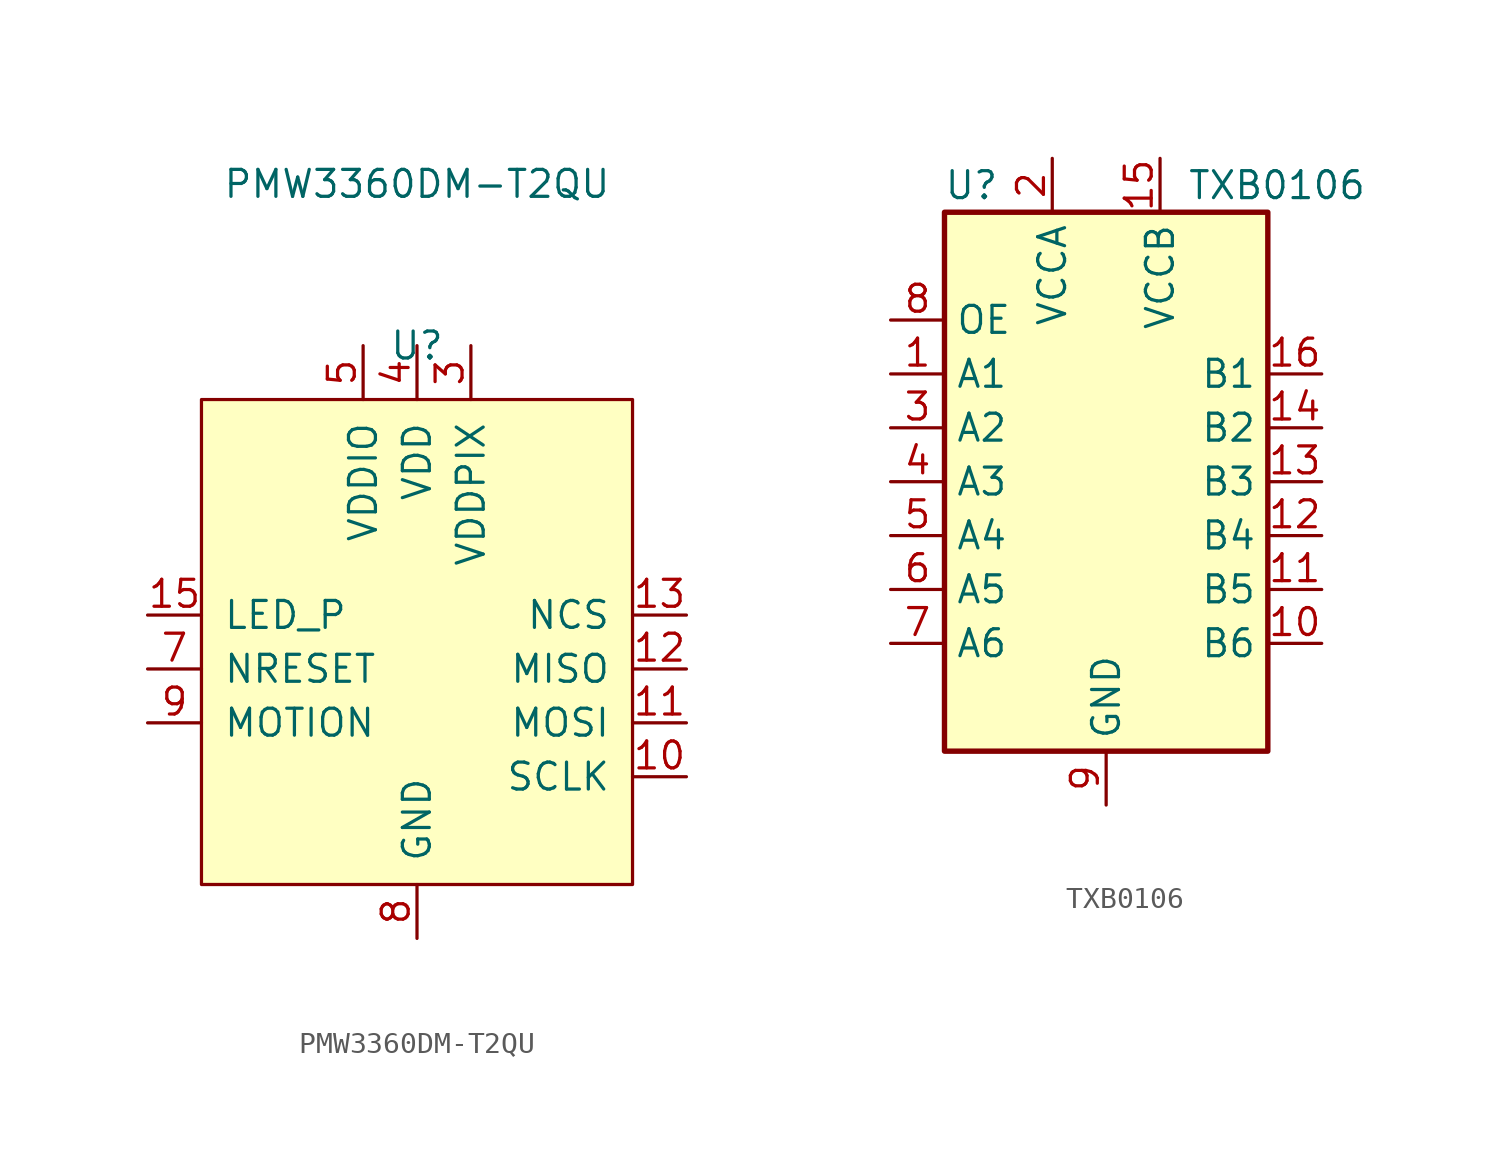
<source format=kicad_sym>
(kicad_symbol_lib
  (version 20211014)
  (generator kicad_symbol_editor)
  (symbol "PMW3360DM-T2QU"
    (pin_names
      (offset 1.016))
    (property "Reference" "U"
      (at 0 12.7 0)
      (effects (font (size 1.27 1.27))))
    (property "Value" "PMW3360DM-T2QU"
      (at 0 20.32 0)
      (effects (font (size 1.27 1.27))))
    (symbol "PMW3360DM-T2QU_0_1"
      (rectangle (start -10.16 10.16) (end 10.16 -12.7) (stroke (width 0) (type default) (color 0 0 0 0)) (fill (type background))))
    (symbol "PMW3360DM-T2QU_1_1"
      (pin no_connect line (at -12.7 7.62 0) (length 2.54) hide (name "NC" (effects (font (size 1.27 1.27)))) (number "1" (effects (font (size 1.27 1.27)))))
      (pin input line (at 12.7 -7.62 180) (length 2.54) (name "SCLK" (effects (font (size 1.27 1.27)))) (number "10" (effects (font (size 1.27 1.27)))))
      (pin input line (at 12.7 -5.08 180) (length 2.54) (name "MOSI" (effects (font (size 1.27 1.27)))) (number "11" (effects (font (size 1.27 1.27)))))
      (pin output line (at 12.7 -2.54 180) (length 2.54) (name "MISO" (effects (font (size 1.27 1.27)))) (number "12" (effects (font (size 1.27 1.27)))))
      (pin input line (at 12.7 0 180) (length 2.54) (name "NCS" (effects (font (size 1.27 1.27)))) (number "13" (effects (font (size 1.27 1.27)))))
      (pin no_connect line (at -12.7 7.62 0) (length 2.54) hide (name "NC" (effects (font (size 1.27 1.27)))) (number "14" (effects (font (size 1.27 1.27)))))
      (pin input line (at -12.7 0 0) (length 2.54) (name "LED_P" (effects (font (size 1.27 1.27)))) (number "15" (effects (font (size 1.27 1.27)))))
      (pin no_connect line (at -12.7 7.62 0) (length 2.54) hide (name "NC" (effects (font (size 1.27 1.27)))) (number "16" (effects (font (size 1.27 1.27)))))
      (pin no_connect line (at -12.7 7.62 0) (length 2.54) hide (name "NC" (effects (font (size 1.27 1.27)))) (number "2" (effects (font (size 1.27 1.27)))))
      (pin power_in line (at 2.54 12.7 270) (length 2.54) (name "VDDPIX" (effects (font (size 1.27 1.27)))) (number "3" (effects (font (size 1.27 1.27)))))
      (pin power_in line (at 0 12.7 270) (length 2.54) (name "VDD" (effects (font (size 1.27 1.27)))) (number "4" (effects (font (size 1.27 1.27)))))
      (pin power_in line (at -2.54 12.7 270) (length 2.54) (name "VDDIO" (effects (font (size 1.27 1.27)))) (number "5" (effects (font (size 1.27 1.27)))))
      (pin no_connect line (at -12.7 7.62 0) (length 2.54) hide (name "NC" (effects (font (size 1.27 1.27)))) (number "6" (effects (font (size 1.27 1.27)))))
      (pin input line (at -12.7 -2.54 0) (length 2.54) (name "NRESET" (effects (font (size 1.27 1.27)))) (number "7" (effects (font (size 1.27 1.27)))))
      (pin power_in line (at 0 -15.24 90) (length 2.54) (name "GND" (effects (font (size 1.27 1.27)))) (number "8" (effects (font (size 1.27 1.27)))))
      (pin output line (at -12.7 -5.08 0) (length 2.54) (name "MOTION" (effects (font (size 1.27 1.27)))) (number "9" (effects (font (size 1.27 1.27)))))))
  (symbol "TXB0106"
    (property "Reference" "U"
      (at -6.35 16.51 0)
      (effects (font (size 1.27 1.27))))
    (property "Value" "TXB0106"
      (at 3.81 16.51 0)
      (effects (font (size 1.27 1.27)) (justify left)))
    (symbol "TXB0106_0_1"
      (rectangle (start -7.62 15.24) (end 7.62 -10.16) (stroke (width 0.254) (type default) (color 0 0 0 0)) (fill (type background))))
    (symbol "TXB0106_1_1"
      (pin bidirectional line (at -10.16 7.62 0) (length 2.54) (name "A1" (effects (font (size 1.27 1.27)))) (number "1" (effects (font (size 1.27 1.27)))))
      (pin bidirectional line (at 10.16 -5.08 180) (length 2.54) (name "B6" (effects (font (size 1.27 1.27)))) (number "10" (effects (font (size 1.27 1.27)))))
      (pin bidirectional line (at 10.16 -2.54 180) (length 2.54) (name "B5" (effects (font (size 1.27 1.27)))) (number "11" (effects (font (size 1.27 1.27)))))
      (pin bidirectional line (at 10.16 0 180) (length 2.54) (name "B4" (effects (font (size 1.27 1.27)))) (number "12" (effects (font (size 1.27 1.27)))))
      (pin bidirectional line (at 10.16 2.54 180) (length 2.54) (name "B3" (effects (font (size 1.27 1.27)))) (number "13" (effects (font (size 1.27 1.27)))))
      (pin bidirectional line (at 10.16 5.08 180) (length 2.54) (name "B2" (effects (font (size 1.27 1.27)))) (number "14" (effects (font (size 1.27 1.27)))))
      (pin power_in line (at 2.54 17.78 270) (length 2.54) (name "VCCB" (effects (font (size 1.27 1.27)))) (number "15" (effects (font (size 1.27 1.27)))))
      (pin bidirectional line (at 10.16 7.62 180) (length 2.54) (name "B1" (effects (font (size 1.27 1.27)))) (number "16" (effects (font (size 1.27 1.27)))))
      (pin power_in line (at -2.54 17.78 270) (length 2.54) (name "VCCA" (effects (font (size 1.27 1.27)))) (number "2" (effects (font (size 1.27 1.27)))))
      (pin bidirectional line (at -10.16 5.08 0) (length 2.54) (name "A2" (effects (font (size 1.27 1.27)))) (number "3" (effects (font (size 1.27 1.27)))))
      (pin bidirectional line (at -10.16 2.54 0) (length 2.54) (name "A3" (effects (font (size 1.27 1.27)))) (number "4" (effects (font (size 1.27 1.27)))))
      (pin bidirectional line (at -10.16 0 0) (length 2.54) (name "A4" (effects (font (size 1.27 1.27)))) (number "5" (effects (font (size 1.27 1.27)))))
      (pin bidirectional line (at -10.16 -2.54 0) (length 2.54) (name "A5" (effects (font (size 1.27 1.27)))) (number "6" (effects (font (size 1.27 1.27)))))
      (pin bidirectional line (at -10.16 -5.08 0) (length 2.54) (name "A6" (effects (font (size 1.27 1.27)))) (number "7" (effects (font (size 1.27 1.27)))))
      (pin input line (at -10.16 10.16 0) (length 2.54) (name "OE" (effects (font (size 1.27 1.27)))) (number "8" (effects (font (size 1.27 1.27)))))
      (pin power_in line (at 0 -12.7 90) (length 2.54) (name "GND" (effects (font (size 1.27 1.27)))) (number "9" (effects (font (size 1.27 1.27))))))))
</source>
